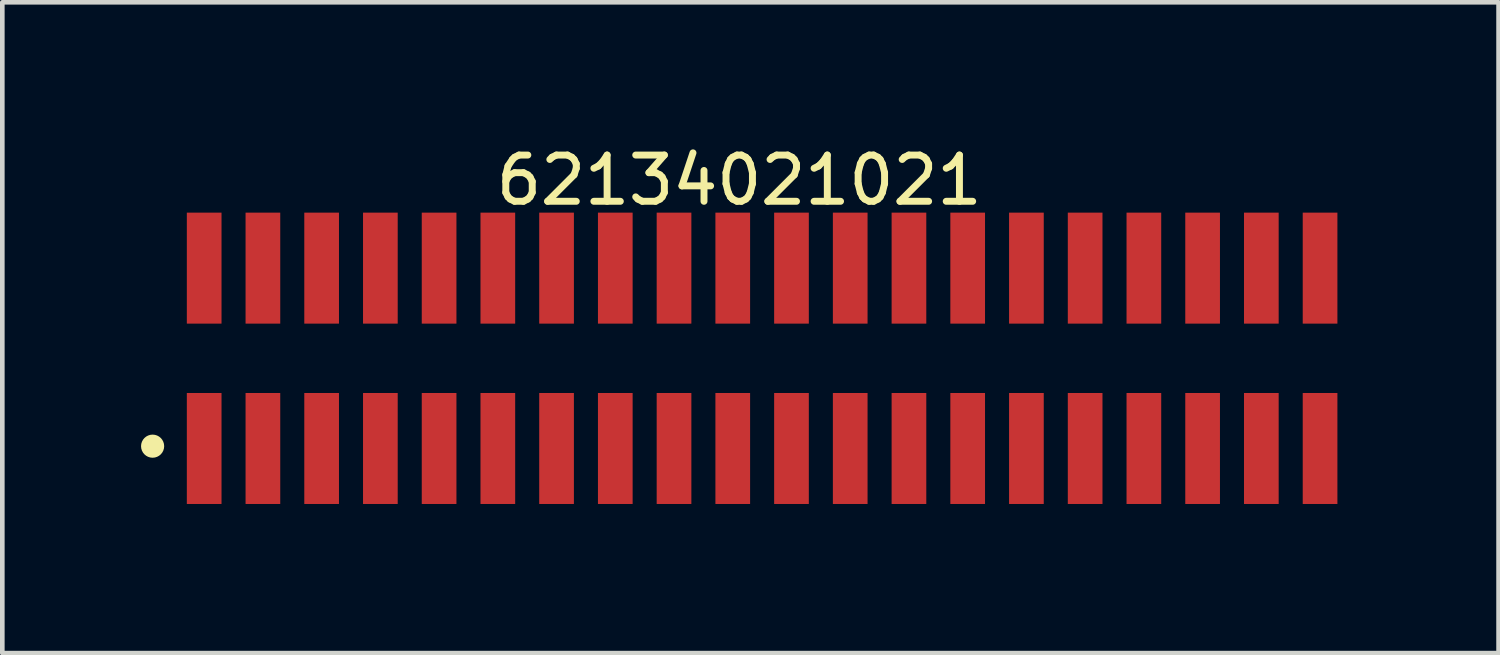
<source format=kicad_pcb>
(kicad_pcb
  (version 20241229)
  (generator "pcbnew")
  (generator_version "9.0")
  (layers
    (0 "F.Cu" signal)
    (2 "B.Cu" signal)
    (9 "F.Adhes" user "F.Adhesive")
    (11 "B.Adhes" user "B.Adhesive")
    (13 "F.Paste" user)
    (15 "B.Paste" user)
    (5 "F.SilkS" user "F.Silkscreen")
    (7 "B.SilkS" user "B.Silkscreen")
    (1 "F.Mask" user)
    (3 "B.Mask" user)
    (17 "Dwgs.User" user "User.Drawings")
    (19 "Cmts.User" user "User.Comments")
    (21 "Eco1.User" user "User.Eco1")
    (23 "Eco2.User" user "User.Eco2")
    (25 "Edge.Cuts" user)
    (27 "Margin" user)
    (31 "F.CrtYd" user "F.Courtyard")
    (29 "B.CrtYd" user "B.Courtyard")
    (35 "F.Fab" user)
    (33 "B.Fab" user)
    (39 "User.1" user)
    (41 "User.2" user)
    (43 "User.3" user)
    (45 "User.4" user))
  (footprint "62134021021"
    (layer "F.Cu")
    (at 13.43 4.698)
    (property "Reference" "62134021021" (at -0.495 -3.85 0) (layer "F.SilkS") (effects (font (size 1 1) (thickness 0.15))))
    (fp_circle (center -13.18 1.9) (end -13.18 1.775) (stroke (width 0.25) (type solid)) (fill no) (layer "F.SilkS"))
    (fp_line (start -12.9 -3.35) (end 12.9 -3.35) (stroke (width 0.05) (type solid)) (layer "Eco2.User"))
    (fp_line (start -12.9 3.35) (end -12.9 -3.35) (stroke (width 0.05) (type solid)) (layer "Eco2.User"))
    (fp_line (start -12.9 3.35) (end 12.9 3.35) (stroke (width 0.05) (type solid)) (layer "Eco2.User"))
    (fp_line (start -12.7 -1.7) (end 12.7 -1.7) (stroke (width 0.1) (type solid)) (layer "Eco2.User"))
    (fp_line (start -12.7 1.7) (end -12.7 -1.7) (stroke (width 0.1) (type solid)) (layer "Eco2.User"))
    (fp_line (start -12.7 1.7) (end 12.7 1.7) (stroke (width 0.1) (type solid)) (layer "Eco2.User"))
    (fp_line (start -12.265 -2.5) (end -11.865 -2.5) (stroke (width 0.1) (type solid)) (layer "Eco2.User"))
    (fp_line (start -12.265 -1.7) (end -12.265 -2.5) (stroke (width 0.1) (type solid)) (layer "Eco2.User"))
    (fp_line (start -12.265 2.5) (end -12.265 1.7) (stroke (width 0.1) (type solid)) (layer "Eco2.User"))
    (fp_line (start -12.265 2.5) (end -11.865 2.5) (stroke (width 0.1) (type solid)) (layer "Eco2.User"))
    (fp_line (start -11.865 -1.7) (end -11.865 -2.5) (stroke (width 0.1) (type solid)) (layer "Eco2.User"))
    (fp_line (start -11.865 2.5) (end -11.865 1.7) (stroke (width 0.1) (type solid)) (layer "Eco2.User"))
    (fp_line (start -10.995 -2.5) (end -10.595 -2.5) (stroke (width 0.1) (type solid)) (layer "Eco2.User"))
    (fp_line (start -10.995 -1.7) (end -10.995 -2.5) (stroke (width 0.1) (type solid)) (layer "Eco2.User"))
    (fp_line (start -10.995 2.5) (end -10.995 1.7) (stroke (width 0.1) (type solid)) (layer "Eco2.User"))
    (fp_line (start -10.995 2.5) (end -10.595 2.5) (stroke (width 0.1) (type solid)) (layer "Eco2.User"))
    (fp_line (start -10.595 -1.7) (end -10.595 -2.5) (stroke (width 0.1) (type solid)) (layer "Eco2.User"))
    (fp_line (start -10.595 2.5) (end -10.595 1.7) (stroke (width 0.1) (type solid)) (layer "Eco2.User"))
    (fp_line (start -9.725 -2.5) (end -9.325 -2.5) (stroke (width 0.1) (type solid)) (layer "Eco2.User"))
    (fp_line (start -9.725 -1.7) (end -9.725 -2.5) (stroke (width 0.1) (type solid)) (layer "Eco2.User"))
    (fp_line (start -9.725 2.5) (end -9.725 1.7) (stroke (width 0.1) (type solid)) (layer "Eco2.User"))
    (fp_line (start -9.725 2.5) (end -9.325 2.5) (stroke (width 0.1) (type solid)) (layer "Eco2.User"))
    (fp_line (start -9.325 -1.7) (end -9.325 -2.5) (stroke (width 0.1) (type solid)) (layer "Eco2.User"))
    (fp_line (start -9.325 2.5) (end -9.325 1.7) (stroke (width 0.1) (type solid)) (layer "Eco2.User"))
    (fp_line (start -8.455 -2.5) (end -8.055 -2.5) (stroke (width 0.1) (type solid)) (layer "Eco2.User"))
    (fp_line (start -8.455 -1.7) (end -8.455 -2.5) (stroke (width 0.1) (type solid)) (layer "Eco2.User"))
    (fp_line (start -8.455 2.5) (end -8.455 1.7) (stroke (width 0.1) (type solid)) (layer "Eco2.User"))
    (fp_line (start -8.455 2.5) (end -8.055 2.5) (stroke (width 0.1) (type solid)) (layer "Eco2.User"))
    (fp_line (start -8.055 -1.7) (end -8.055 -2.5) (stroke (width 0.1) (type solid)) (layer "Eco2.User"))
    (fp_line (start -8.055 2.5) (end -8.055 1.7) (stroke (width 0.1) (type solid)) (layer "Eco2.User"))
    (fp_line (start -7.185 -2.5) (end -6.785 -2.5) (stroke (width 0.1) (type solid)) (layer "Eco2.User"))
    (fp_line (start -7.185 -1.7) (end -7.185 -2.5) (stroke (width 0.1) (type solid)) (layer "Eco2.User"))
    (fp_line (start -7.185 2.5) (end -7.185 1.7) (stroke (width 0.1) (type solid)) (layer "Eco2.User"))
    (fp_line (start -7.185 2.5) (end -6.785 2.5) (stroke (width 0.1) (type solid)) (layer "Eco2.User"))
    (fp_line (start -6.785 -1.7) (end -6.785 -2.5) (stroke (width 0.1) (type solid)) (layer "Eco2.User"))
    (fp_line (start -6.785 2.5) (end -6.785 1.7) (stroke (width 0.1) (type solid)) (layer "Eco2.User"))
    (fp_line (start -5.915 -2.5) (end -5.515 -2.5) (stroke (width 0.1) (type solid)) (layer "Eco2.User"))
    (fp_line (start -5.915 -1.7) (end -5.915 -2.5) (stroke (width 0.1) (type solid)) (layer "Eco2.User"))
    (fp_line (start -5.915 2.5) (end -5.915 1.7) (stroke (width 0.1) (type solid)) (layer "Eco2.User"))
    (fp_line (start -5.915 2.5) (end -5.515 2.5) (stroke (width 0.1) (type solid)) (layer "Eco2.User"))
    (fp_line (start -5.515 -1.7) (end -5.515 -2.5) (stroke (width 0.1) (type solid)) (layer "Eco2.User"))
    (fp_line (start -5.515 2.5) (end -5.515 1.7) (stroke (width 0.1) (type solid)) (layer "Eco2.User"))
    (fp_line (start -4.645 -2.5) (end -4.245 -2.5) (stroke (width 0.1) (type solid)) (layer "Eco2.User"))
    (fp_line (start -4.645 -1.7) (end -4.645 -2.5) (stroke (width 0.1) (type solid)) (layer "Eco2.User"))
    (fp_line (start -4.645 2.5) (end -4.645 1.7) (stroke (width 0.1) (type solid)) (layer "Eco2.User"))
    (fp_line (start -4.645 2.5) (end -4.245 2.5) (stroke (width 0.1) (type solid)) (layer "Eco2.User"))
    (fp_line (start -4.245 -1.7) (end -4.245 -2.5) (stroke (width 0.1) (type solid)) (layer "Eco2.User"))
    (fp_line (start -4.245 2.5) (end -4.245 1.7) (stroke (width 0.1) (type solid)) (layer "Eco2.User"))
    (fp_line (start -3.375 -2.5) (end -2.975 -2.5) (stroke (width 0.1) (type solid)) (layer "Eco2.User"))
    (fp_line (start -3.375 -1.7) (end -3.375 -2.5) (stroke (width 0.1) (type solid)) (layer "Eco2.User"))
    (fp_line (start -3.375 2.5) (end -3.375 1.7) (stroke (width 0.1) (type solid)) (layer "Eco2.User"))
    (fp_line (start -3.375 2.5) (end -2.975 2.5) (stroke (width 0.1) (type solid)) (layer "Eco2.User"))
    (fp_line (start -2.975 -1.7) (end -2.975 -2.5) (stroke (width 0.1) (type solid)) (layer "Eco2.User"))
    (fp_line (start -2.975 2.5) (end -2.975 1.7) (stroke (width 0.1) (type solid)) (layer "Eco2.User"))
    (fp_line (start -2.105 -2.5) (end -1.705 -2.5) (stroke (width 0.1) (type solid)) (layer "Eco2.User"))
    (fp_line (start -2.105 -1.7) (end -2.105 -2.5) (stroke (width 0.1) (type solid)) (layer "Eco2.User"))
    (fp_line (start -2.105 2.5) (end -2.105 1.7) (stroke (width 0.1) (type solid)) (layer "Eco2.User"))
    (fp_line (start -2.105 2.5) (end -1.705 2.5) (stroke (width 0.1) (type solid)) (layer "Eco2.User"))
    (fp_line (start -1.705 -1.7) (end -1.705 -2.5) (stroke (width 0.1) (type solid)) (layer "Eco2.User"))
    (fp_line (start -1.705 2.5) (end -1.705 1.7) (stroke (width 0.1) (type solid)) (layer "Eco2.User"))
    (fp_line (start -0.835 -2.5) (end -0.435 -2.5) (stroke (width 0.1) (type solid)) (layer "Eco2.User"))
    (fp_line (start -0.835 -1.7) (end -0.835 -2.5) (stroke (width 0.1) (type solid)) (layer "Eco2.User"))
    (fp_line (start -0.835 2.5) (end -0.835 1.7) (stroke (width 0.1) (type solid)) (layer "Eco2.User"))
    (fp_line (start -0.835 2.5) (end -0.435 2.5) (stroke (width 0.1) (type solid)) (layer "Eco2.User"))
    (fp_line (start -0.5 0) (end 0.5 0) (stroke (width 0.05) (type solid)) (layer "Eco2.User"))
    (fp_line (start -0.435 -1.7) (end -0.435 -2.5) (stroke (width 0.1) (type solid)) (layer "Eco2.User"))
    (fp_line (start -0.435 2.5) (end -0.435 1.7) (stroke (width 0.1) (type solid)) (layer "Eco2.User"))
    (fp_line (start 0 0.5) (end 0 -0.5) (stroke (width 0.05) (type solid)) (layer "Eco2.User"))
    (fp_line (start 0.435 -2.5) (end 0.835 -2.5) (stroke (width 0.1) (type solid)) (layer "Eco2.User"))
    (fp_line (start 0.435 -1.7) (end 0.435 -2.5) (stroke (width 0.1) (type solid)) (layer "Eco2.User"))
    (fp_line (start 0.435 2.5) (end 0.435 1.7) (stroke (width 0.1) (type solid)) (layer "Eco2.User"))
    (fp_line (start 0.435 2.5) (end 0.835 2.5) (stroke (width 0.1) (type solid)) (layer "Eco2.User"))
    (fp_line (start 0.835 -1.7) (end 0.835 -2.5) (stroke (width 0.1) (type solid)) (layer "Eco2.User"))
    (fp_line (start 0.835 2.5) (end 0.835 1.7) (stroke (width 0.1) (type solid)) (layer "Eco2.User"))
    (fp_line (start 1.705 -2.5) (end 2.105 -2.5) (stroke (width 0.1) (type solid)) (layer "Eco2.User"))
    (fp_line (start 1.705 -1.7) (end 1.705 -2.5) (stroke (width 0.1) (type solid)) (layer "Eco2.User"))
    (fp_line (start 1.705 2.5) (end 1.705 1.7) (stroke (width 0.1) (type solid)) (layer "Eco2.User"))
    (fp_line (start 1.705 2.5) (end 2.105 2.5) (stroke (width 0.1) (type solid)) (layer "Eco2.User"))
    (fp_line (start 2.105 -1.7) (end 2.105 -2.5) (stroke (width 0.1) (type solid)) (layer "Eco2.User"))
    (fp_line (start 2.105 2.5) (end 2.105 1.7) (stroke (width 0.1) (type solid)) (layer "Eco2.User"))
    (fp_line (start 2.975 -2.5) (end 3.375 -2.5) (stroke (width 0.1) (type solid)) (layer "Eco2.User"))
    (fp_line (start 2.975 -1.7) (end 2.975 -2.5) (stroke (width 0.1) (type solid)) (layer "Eco2.User"))
    (fp_line (start 2.975 2.5) (end 2.975 1.7) (stroke (width 0.1) (type solid)) (layer "Eco2.User"))
    (fp_line (start 2.975 2.5) (end 3.375 2.5) (stroke (width 0.1) (type solid)) (layer "Eco2.User"))
    (fp_line (start 3.375 -1.7) (end 3.375 -2.5) (stroke (width 0.1) (type solid)) (layer "Eco2.User"))
    (fp_line (start 3.375 2.5) (end 3.375 1.7) (stroke (width 0.1) (type solid)) (layer "Eco2.User"))
    (fp_line (start 4.245 -2.5) (end 4.645 -2.5) (stroke (width 0.1) (type solid)) (layer "Eco2.User"))
    (fp_line (start 4.245 -1.7) (end 4.245 -2.5) (stroke (width 0.1) (type solid)) (layer "Eco2.User"))
    (fp_line (start 4.245 2.5) (end 4.245 1.7) (stroke (width 0.1) (type solid)) (layer "Eco2.User"))
    (fp_line (start 4.245 2.5) (end 4.645 2.5) (stroke (width 0.1) (type solid)) (layer "Eco2.User"))
    (fp_line (start 4.645 -1.7) (end 4.645 -2.5) (stroke (width 0.1) (type solid)) (layer "Eco2.User"))
    (fp_line (start 4.645 2.5) (end 4.645 1.7) (stroke (width 0.1) (type solid)) (layer "Eco2.User"))
    (fp_line (start 5.515 -2.5) (end 5.915 -2.5) (stroke (width 0.1) (type solid)) (layer "Eco2.User"))
    (fp_line (start 5.515 -1.7) (end 5.515 -2.5) (stroke (width 0.1) (type solid)) (layer "Eco2.User"))
    (fp_line (start 5.515 2.5) (end 5.515 1.7) (stroke (width 0.1) (type solid)) (layer "Eco2.User"))
    (fp_line (start 5.515 2.5) (end 5.915 2.5) (stroke (width 0.1) (type solid)) (layer "Eco2.User"))
    (fp_line (start 5.915 -1.7) (end 5.915 -2.5) (stroke (width 0.1) (type solid)) (layer "Eco2.User"))
    (fp_line (start 5.915 2.5) (end 5.915 1.7) (stroke (width 0.1) (type solid)) (layer "Eco2.User"))
    (fp_line (start 6.785 -2.5) (end 7.185 -2.5) (stroke (width 0.1) (type solid)) (layer "Eco2.User"))
    (fp_line (start 6.785 -1.7) (end 6.785 -2.5) (stroke (width 0.1) (type solid)) (layer "Eco2.User"))
    (fp_line (start 6.785 2.5) (end 6.785 1.7) (stroke (width 0.1) (type solid)) (layer "Eco2.User"))
    (fp_line (start 6.785 2.5) (end 7.185 2.5) (stroke (width 0.1) (type solid)) (layer "Eco2.User"))
    (fp_line (start 7.185 -1.7) (end 7.185 -2.5) (stroke (width 0.1) (type solid)) (layer "Eco2.User"))
    (fp_line (start 7.185 2.5) (end 7.185 1.7) (stroke (width 0.1) (type solid)) (layer "Eco2.User"))
    (fp_line (start 8.055 -2.5) (end 8.455 -2.5) (stroke (width 0.1) (type solid)) (layer "Eco2.User"))
    (fp_line (start 8.055 -1.7) (end 8.055 -2.5) (stroke (width 0.1) (type solid)) (layer "Eco2.User"))
    (fp_line (start 8.055 2.5) (end 8.055 1.7) (stroke (width 0.1) (type solid)) (layer "Eco2.User"))
    (fp_line (start 8.055 2.5) (end 8.455 2.5) (stroke (width 0.1) (type solid)) (layer "Eco2.User"))
    (fp_line (start 8.455 -1.7) (end 8.455 -2.5) (stroke (width 0.1) (type solid)) (layer "Eco2.User"))
    (fp_line (start 8.455 2.5) (end 8.455 1.7) (stroke (width 0.1) (type solid)) (layer "Eco2.User"))
    (fp_line (start 9.325 -2.5) (end 9.725 -2.5) (stroke (width 0.1) (type solid)) (layer "Eco2.User"))
    (fp_line (start 9.325 -1.7) (end 9.325 -2.5) (stroke (width 0.1) (type solid)) (layer "Eco2.User"))
    (fp_line (start 9.325 2.5) (end 9.325 1.7) (stroke (width 0.1) (type solid)) (layer "Eco2.User"))
    (fp_line (start 9.325 2.5) (end 9.725 2.5) (stroke (width 0.1) (type solid)) (layer "Eco2.User"))
    (fp_line (start 9.725 -1.7) (end 9.725 -2.5) (stroke (width 0.1) (type solid)) (layer "Eco2.User"))
    (fp_line (start 9.725 2.5) (end 9.725 1.7) (stroke (width 0.1) (type solid)) (layer "Eco2.User"))
    (fp_line (start 10.595 -2.5) (end 10.995 -2.5) (stroke (width 0.1) (type solid)) (layer "Eco2.User"))
    (fp_line (start 10.595 -1.7) (end 10.595 -2.5) (stroke (width 0.1) (type solid)) (layer "Eco2.User"))
    (fp_line (start 10.595 2.5) (end 10.595 1.7) (stroke (width 0.1) (type solid)) (layer "Eco2.User"))
    (fp_line (start 10.595 2.5) (end 10.995 2.5) (stroke (width 0.1) (type solid)) (layer "Eco2.User"))
    (fp_line (start 10.995 -1.7) (end 10.995 -2.5) (stroke (width 0.1) (type solid)) (layer "Eco2.User"))
    (fp_line (start 10.995 2.5) (end 10.995 1.7) (stroke (width 0.1) (type solid)) (layer "Eco2.User"))
    (fp_line (start 11.865 -2.5) (end 12.265 -2.5) (stroke (width 0.1) (type solid)) (layer "Eco2.User"))
    (fp_line (start 11.865 -1.7) (end 11.865 -2.5) (stroke (width 0.1) (type solid)) (layer "Eco2.User"))
    (fp_line (start 11.865 2.5) (end 11.865 1.7) (stroke (width 0.1) (type solid)) (layer "Eco2.User"))
    (fp_line (start 11.865 2.5) (end 12.265 2.5) (stroke (width 0.1) (type solid)) (layer "Eco2.User"))
    (fp_line (start 12.265 -1.7) (end 12.265 -2.5) (stroke (width 0.1) (type solid)) (layer "Eco2.User"))
    (fp_line (start 12.265 2.5) (end 12.265 1.7) (stroke (width 0.1) (type solid)) (layer "Eco2.User"))
    (fp_line (start 12.7 1.7) (end 12.7 -1.7) (stroke (width 0.1) (type solid)) (layer "Eco2.User"))
    (fp_line (start 12.9 3.35) (end 12.9 -3.35) (stroke (width 0.05) (type solid)) (layer "Eco2.User"))
    (fp_text user "${REFERENCE}" (at 0.15 -0.197 0) (unlocked yes) (layer "User.3") (effects (font (size 1.5 1.5) (thickness 0.15))))
    (pad "1" smd rect (at -12.065 1.95) (size 0.75 2.4) (layers "F.Cu" "F.Mask" "F.Paste"))
    (pad "2" smd rect (at -12.065 -1.95) (size 0.75 2.4) (layers "F.Cu" "F.Mask" "F.Paste"))
    (pad "3" smd rect (at -10.795 1.95) (size 0.75 2.4) (layers "F.Cu" "F.Mask" "F.Paste"))
    (pad "4" smd rect (at -10.795 -1.95) (size 0.75 2.4) (layers "F.Cu" "F.Mask" "F.Paste"))
    (pad "5" smd rect (at -9.525 1.95) (size 0.75 2.4) (layers "F.Cu" "F.Mask" "F.Paste"))
    (pad "6" smd rect (at -9.525 -1.95) (size 0.75 2.4) (layers "F.Cu" "F.Mask" "F.Paste"))
    (pad "7" smd rect (at -8.255 1.95) (size 0.75 2.4) (layers "F.Cu" "F.Mask" "F.Paste"))
    (pad "8" smd rect (at -8.255 -1.95) (size 0.75 2.4) (layers "F.Cu" "F.Mask" "F.Paste"))
    (pad "9" smd rect (at -6.985 1.95) (size 0.75 2.4) (layers "F.Cu" "F.Mask" "F.Paste"))
    (pad "10" smd rect (at -6.985 -1.95) (size 0.75 2.4) (layers "F.Cu" "F.Mask" "F.Paste"))
    (pad "11" smd rect (at -5.715 1.95) (size 0.75 2.4) (layers "F.Cu" "F.Mask" "F.Paste"))
    (pad "12" smd rect (at -5.715 -1.95) (size 0.75 2.4) (layers "F.Cu" "F.Mask" "F.Paste"))
    (pad "13" smd rect (at -4.445 1.95) (size 0.75 2.4) (layers "F.Cu" "F.Mask" "F.Paste"))
    (pad "14" smd rect (at -4.445 -1.95) (size 0.75 2.4) (layers "F.Cu" "F.Mask" "F.Paste"))
    (pad "15" smd rect (at -3.175 1.95) (size 0.75 2.4) (layers "F.Cu" "F.Mask" "F.Paste"))
    (pad "16" smd rect (at -3.175 -1.95) (size 0.75 2.4) (layers "F.Cu" "F.Mask" "F.Paste"))
    (pad "17" smd rect (at -1.905 1.95) (size 0.75 2.4) (layers "F.Cu" "F.Mask" "F.Paste"))
    (pad "18" smd rect (at -1.905 -1.95) (size 0.75 2.4) (layers "F.Cu" "F.Mask" "F.Paste"))
    (pad "19" smd rect (at -0.635 1.95) (size 0.75 2.4) (layers "F.Cu" "F.Mask" "F.Paste"))
    (pad "20" smd rect (at -0.635 -1.95) (size 0.75 2.4) (layers "F.Cu" "F.Mask" "F.Paste"))
    (pad "21" smd rect (at 0.635 1.95) (size 0.75 2.4) (layers "F.Cu" "F.Mask" "F.Paste"))
    (pad "22" smd rect (at 0.635 -1.95) (size 0.75 2.4) (layers "F.Cu" "F.Mask" "F.Paste"))
    (pad "23" smd rect (at 1.905 1.95) (size 0.75 2.4) (layers "F.Cu" "F.Mask" "F.Paste"))
    (pad "24" smd rect (at 1.905 -1.95) (size 0.75 2.4) (layers "F.Cu" "F.Mask" "F.Paste"))
    (pad "25" smd rect (at 3.175 1.95) (size 0.75 2.4) (layers "F.Cu" "F.Mask" "F.Paste"))
    (pad "26" smd rect (at 3.175 -1.95) (size 0.75 2.4) (layers "F.Cu" "F.Mask" "F.Paste"))
    (pad "27" smd rect (at 4.445 1.95) (size 0.75 2.4) (layers "F.Cu" "F.Mask" "F.Paste"))
    (pad "28" smd rect (at 4.445 -1.95) (size 0.75 2.4) (layers "F.Cu" "F.Mask" "F.Paste"))
    (pad "29" smd rect (at 5.715 1.95) (size 0.75 2.4) (layers "F.Cu" "F.Mask" "F.Paste"))
    (pad "30" smd rect (at 5.715 -1.95) (size 0.75 2.4) (layers "F.Cu" "F.Mask" "F.Paste"))
    (pad "31" smd rect (at 6.985 1.95) (size 0.75 2.4) (layers "F.Cu" "F.Mask" "F.Paste"))
    (pad "32" smd rect (at 6.985 -1.95) (size 0.75 2.4) (layers "F.Cu" "F.Mask" "F.Paste"))
    (pad "33" smd rect (at 8.255 1.95) (size 0.75 2.4) (layers "F.Cu" "F.Mask" "F.Paste"))
    (pad "34" smd rect (at 8.255 -1.95) (size 0.75 2.4) (layers "F.Cu" "F.Mask" "F.Paste"))
    (pad "35" smd rect (at 9.525 1.95) (size 0.75 2.4) (layers "F.Cu" "F.Mask" "F.Paste"))
    (pad "36" smd rect (at 9.525 -1.95) (size 0.75 2.4) (layers "F.Cu" "F.Mask" "F.Paste"))
    (pad "37" smd rect (at 10.795 1.95) (size 0.75 2.4) (layers "F.Cu" "F.Mask" "F.Paste"))
    (pad "38" smd rect (at 10.795 -1.95) (size 0.75 2.4) (layers "F.Cu" "F.Mask" "F.Paste"))
    (pad "39" smd rect (at 12.065 1.95) (size 0.75 2.4) (layers "F.Cu" "F.Mask" "F.Paste"))
    (pad "40" smd rect (at 12.065 -1.95) (size 0.75 2.4) (layers "F.Cu" "F.Mask" "F.Paste")))
  (gr_rect
    (start -3 -3)
    (end 29.355 11.073)
    (stroke (width 0.1) (type default))
    (fill no)
    (layer "Edge.Cuts")))
</source>
